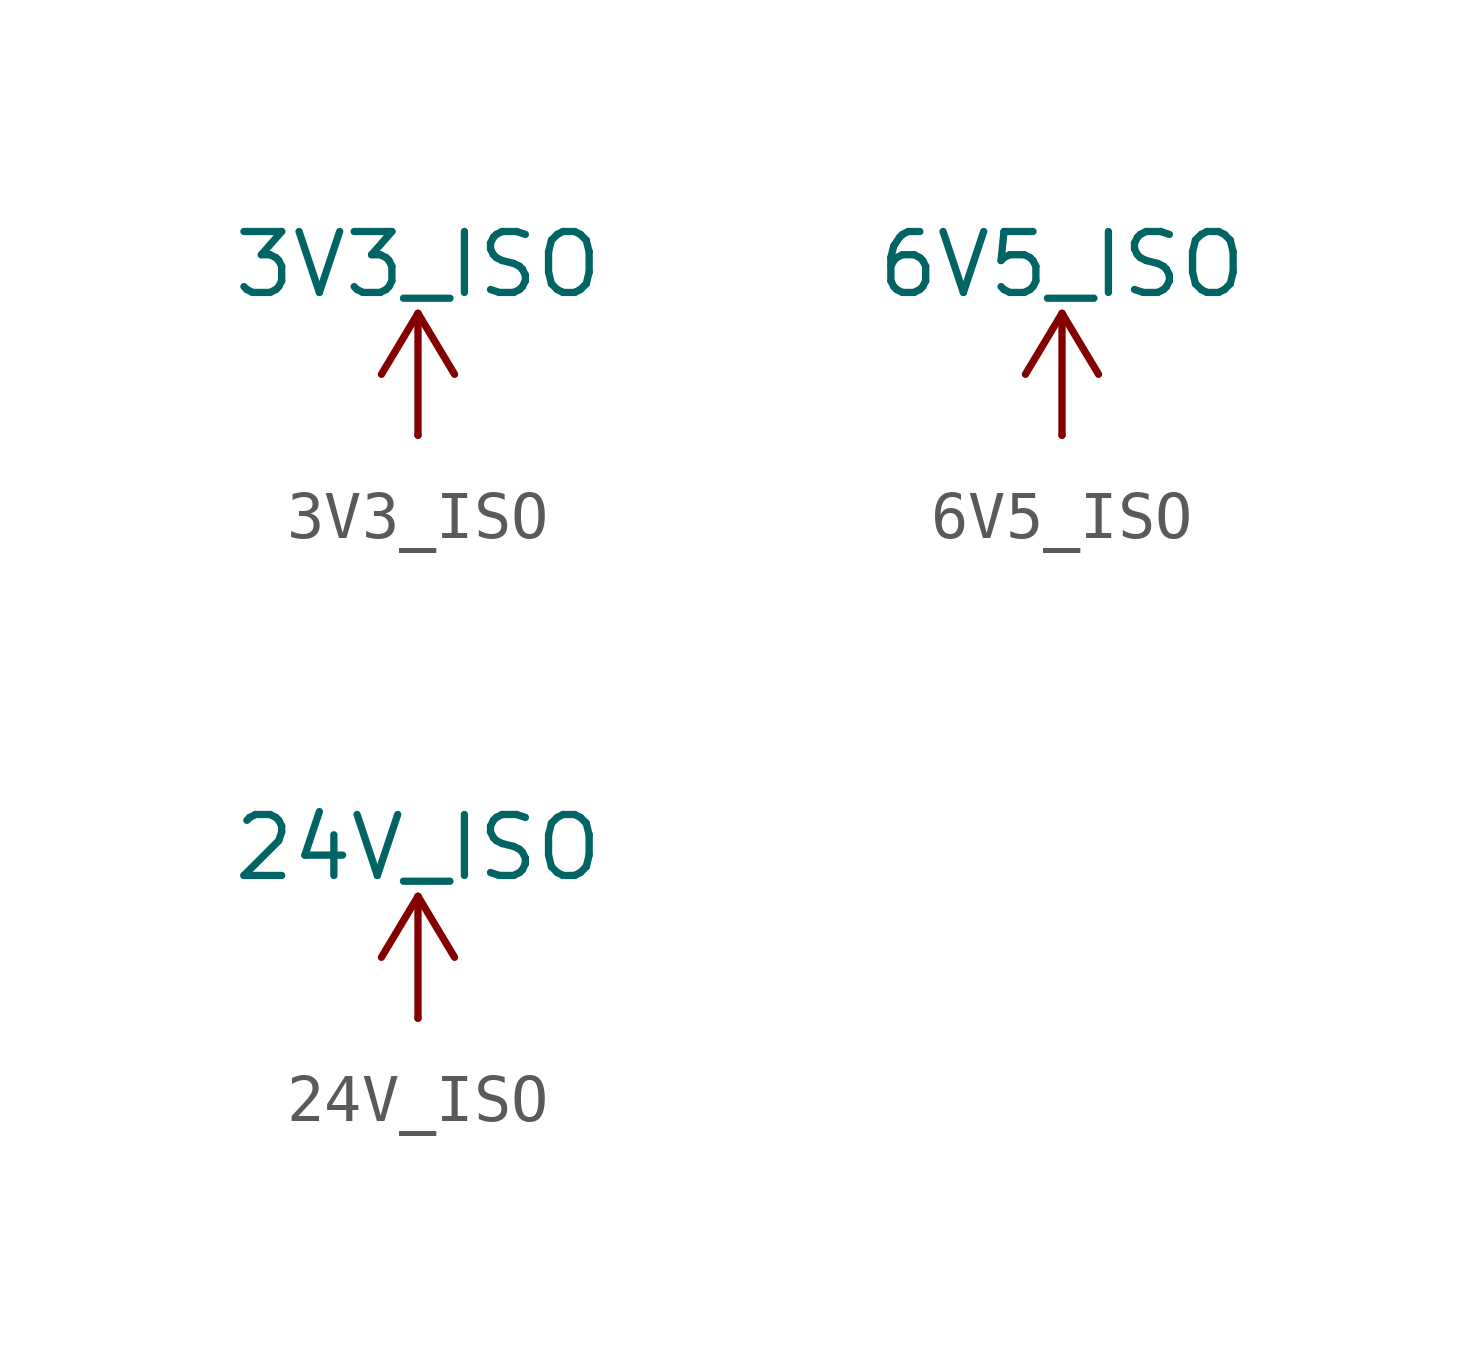
<source format=kicad_sym>
(kicad_symbol_lib
  (version 20241209)
  (generator "kicad_symbol_editor")
  (generator_version "9.0")
  (symbol "3V3_ISO"
    (power)
    (pin_numbers
      (hide yes))
    (pin_names
      (offset 0)
      (hide yes))
    (property "Reference" "#PWR"
      (at 0 -3.81 0)
      (effects (font (size 1.27 1.27)) (hide yes)))
    (property "Value" "3V3_ISO"
      (at 0 3.556 0)
      (effects (font (size 1.27 1.27))))
    (symbol "3V3_ISO_0_1"
      (polyline (pts (xy -0.762 1.27) (xy 0 2.54)) (stroke (width 0) (type default)) (fill (type none)))
      (polyline (pts (xy 0 2.54) (xy 0.762 1.27)) (stroke (width 0) (type default)) (fill (type none)))
      (polyline (pts (xy 0 0) (xy 0 2.54)) (stroke (width 0) (type default)) (fill (type none))))
    (symbol "3V3_ISO_1_1"
      (pin power_in line (at 0 0 90) (length 0) (name "~" (effects (font (size 1.27 1.27)))) (number "1" (effects (font (size 1.27 1.27)))))))
  (symbol "6V5_ISO"
    (power)
    (pin_numbers
      (hide yes))
    (pin_names
      (offset 0)
      (hide yes))
    (property "Reference" "#PWR"
      (at 0 -3.81 0)
      (effects (font (size 1.27 1.27)) (hide yes)))
    (property "Value" "6V5_ISO"
      (at 0 3.556 0)
      (effects (font (size 1.27 1.27))))
    (symbol "6V5_ISO_0_1"
      (polyline (pts (xy -0.762 1.27) (xy 0 2.54)) (stroke (width 0) (type default)) (fill (type none)))
      (polyline (pts (xy 0 2.54) (xy 0.762 1.27)) (stroke (width 0) (type default)) (fill (type none)))
      (polyline (pts (xy 0 0) (xy 0 2.54)) (stroke (width 0) (type default)) (fill (type none))))
    (symbol "6V5_ISO_1_1"
      (pin power_in line (at 0 0 90) (length 0) (name "~" (effects (font (size 1.27 1.27)))) (number "1" (effects (font (size 1.27 1.27)))))))
  (symbol "24V_ISO"
    (power)
    (pin_numbers
      (hide yes))
    (pin_names
      (offset 0)
      (hide yes))
    (property "Reference" "#PWR"
      (at 0 -3.81 0)
      (effects (font (size 1.27 1.27)) (hide yes)))
    (property "Value" "24V_ISO"
      (at 0 3.556 0)
      (effects (font (size 1.27 1.27))))
    (symbol "24V_ISO_0_1"
      (polyline (pts (xy -0.762 1.27) (xy 0 2.54)) (stroke (width 0) (type default)) (fill (type none)))
      (polyline (pts (xy 0 2.54) (xy 0.762 1.27)) (stroke (width 0) (type default)) (fill (type none)))
      (polyline (pts (xy 0 0) (xy 0 2.54)) (stroke (width 0) (type default)) (fill (type none))))
    (symbol "24V_ISO_1_1"
      (pin power_in line (at 0 0 90) (length 0) (name "~" (effects (font (size 1.27 1.27)))) (number "1" (effects (font (size 1.27 1.27))))))))
</source>
